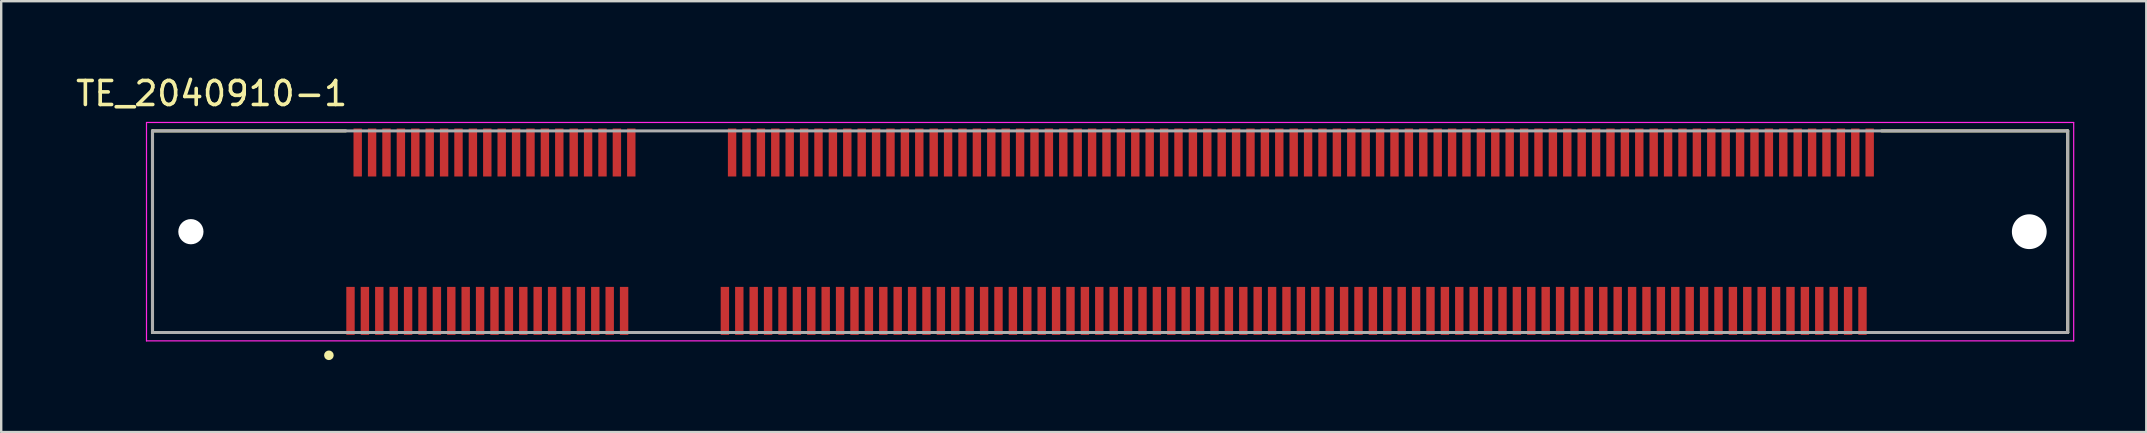
<source format=kicad_pcb>
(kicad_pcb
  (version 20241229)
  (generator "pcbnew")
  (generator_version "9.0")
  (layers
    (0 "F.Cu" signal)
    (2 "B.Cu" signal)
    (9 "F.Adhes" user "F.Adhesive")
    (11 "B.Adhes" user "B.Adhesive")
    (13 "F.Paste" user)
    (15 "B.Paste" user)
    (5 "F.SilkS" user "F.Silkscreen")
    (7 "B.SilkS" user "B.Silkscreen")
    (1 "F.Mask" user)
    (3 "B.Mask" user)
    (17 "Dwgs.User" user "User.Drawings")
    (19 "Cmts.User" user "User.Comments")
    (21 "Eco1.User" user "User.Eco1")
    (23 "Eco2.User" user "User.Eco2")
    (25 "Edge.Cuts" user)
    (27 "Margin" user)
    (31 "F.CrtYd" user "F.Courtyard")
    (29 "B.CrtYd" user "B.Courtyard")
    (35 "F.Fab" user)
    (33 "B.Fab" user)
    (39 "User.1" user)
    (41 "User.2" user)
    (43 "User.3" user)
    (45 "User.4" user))
  (footprint "TE_2040910-1"
    (layer "F.Cu")
    (at 43.204 6.604)
    (property "Reference" "TE_2040910-1" (at -37.436 -5.756 0) (layer "F.SilkS") (effects (font (size 1 1) (thickness 0.15))))
    (attr through_hole)
    (fp_line (start -39.9 -4.2) (end -39.9 4.2) (stroke (width 0.127) (type solid)) (layer "F.SilkS"))
    (fp_line (start -32.15 4.2) (end -39.9 4.2) (stroke (width 0.127) (type solid)) (layer "F.SilkS"))
    (fp_line (start -31.85 -4.2) (end -39.9 -4.2) (stroke (width 0.127) (type solid)) (layer "F.SilkS"))
    (fp_line (start 32.15 -4.2) (end 39.9 -4.2) (stroke (width 0.127) (type solid)) (layer "F.SilkS"))
    (fp_line (start 39.9 -4.2) (end 39.9 4.2) (stroke (width 0.127) (type solid)) (layer "F.SilkS"))
    (fp_line (start 39.9 4.2) (end 31.85 4.2) (stroke (width 0.127) (type solid)) (layer "F.SilkS"))
    (fp_circle (center -32.55 5.15) (end -32.45 5.15) (stroke (width 0.2) (type solid)) (fill no) (layer "F.SilkS"))
    (fp_line (start -40.15 -4.55) (end 40.15 -4.55) (stroke (width 0.05) (type solid)) (layer "F.CrtYd"))
    (fp_line (start -40.15 4.55) (end -40.15 -4.55) (stroke (width 0.05) (type solid)) (layer "F.CrtYd"))
    (fp_line (start 40.15 -4.55) (end 40.15 4.55) (stroke (width 0.05) (type solid)) (layer "F.CrtYd"))
    (fp_line (start 40.15 4.55) (end -40.15 4.55) (stroke (width 0.05) (type solid)) (layer "F.CrtYd"))
    (fp_line (start -39.9 -4.2) (end 39.9 -4.2) (stroke (width 0.127) (type solid)) (layer "F.Fab"))
    (fp_line (start -39.9 4.2) (end -39.9 -4.2) (stroke (width 0.127) (type solid)) (layer "F.Fab"))
    (fp_line (start 39.9 -4.2) (end 39.9 4.2) (stroke (width 0.127) (type solid)) (layer "F.Fab"))
    (fp_line (start 39.9 4.2) (end -39.9 4.2) (stroke (width 0.127) (type solid)) (layer "F.Fab"))
    (pad "" np_thru_hole circle (at -38.3 0) (size 1.05 1.05) (drill 1.05) (layers "*.Cu" "*.Mask"))
    (pad "" np_thru_hole circle (at 38.3 0) (size 1.45 1.45) (drill 1.45) (layers "*.Cu" "*.Mask"))
    (pad "1" smd rect (at -31.65 3.3 90) (size 2 0.35) (layers "F.Cu" "F.Mask" "F.Paste"))
    (pad "2" smd rect (at -31.35 -3.3 90) (size 2 0.35) (layers "F.Cu" "F.Mask" "F.Paste"))
    (pad "3" smd rect (at -31.05 3.3 90) (size 2 0.35) (layers "F.Cu" "F.Mask" "F.Paste"))
    (pad "4" smd rect (at -30.75 -3.3 90) (size 2 0.35) (layers "F.Cu" "F.Mask" "F.Paste"))
    (pad "5" smd rect (at -30.45 3.3 90) (size 2 0.35) (layers "F.Cu" "F.Mask" "F.Paste"))
    (pad "6" smd rect (at -30.15 -3.3 90) (size 2 0.35) (layers "F.Cu" "F.Mask" "F.Paste"))
    (pad "7" smd rect (at -29.85 3.3 90) (size 2 0.35) (layers "F.Cu" "F.Mask" "F.Paste"))
    (pad "8" smd rect (at -29.55 -3.3 90) (size 2 0.35) (layers "F.Cu" "F.Mask" "F.Paste"))
    (pad "9" smd rect (at -29.25 3.3 90) (size 2 0.35) (layers "F.Cu" "F.Mask" "F.Paste"))
    (pad "10" smd rect (at -28.95 -3.3 90) (size 2 0.35) (layers "F.Cu" "F.Mask" "F.Paste"))
    (pad "11" smd rect (at -28.65 3.3 90) (size 2 0.35) (layers "F.Cu" "F.Mask" "F.Paste"))
    (pad "12" smd rect (at -28.35 -3.3 90) (size 2 0.35) (layers "F.Cu" "F.Mask" "F.Paste"))
    (pad "13" smd rect (at -28.05 3.3 90) (size 2 0.35) (layers "F.Cu" "F.Mask" "F.Paste"))
    (pad "14" smd rect (at -27.75 -3.3 90) (size 2 0.35) (layers "F.Cu" "F.Mask" "F.Paste"))
    (pad "15" smd rect (at -27.45 3.3 90) (size 2 0.35) (layers "F.Cu" "F.Mask" "F.Paste"))
    (pad "16" smd rect (at -27.15 -3.3 90) (size 2 0.35) (layers "F.Cu" "F.Mask" "F.Paste"))
    (pad "17" smd rect (at -26.85 3.3 90) (size 2 0.35) (layers "F.Cu" "F.Mask" "F.Paste"))
    (pad "18" smd rect (at -26.55 -3.3 90) (size 2 0.35) (layers "F.Cu" "F.Mask" "F.Paste"))
    (pad "19" smd rect (at -26.25 3.3 90) (size 2 0.35) (layers "F.Cu" "F.Mask" "F.Paste"))
    (pad "20" smd rect (at -25.95 -3.3 90) (size 2 0.35) (layers "F.Cu" "F.Mask" "F.Paste"))
    (pad "21" smd rect (at -25.65 3.3 90) (size 2 0.35) (layers "F.Cu" "F.Mask" "F.Paste"))
    (pad "22" smd rect (at -25.35 -3.3 90) (size 2 0.35) (layers "F.Cu" "F.Mask" "F.Paste"))
    (pad "23" smd rect (at -25.05 3.3 90) (size 2 0.35) (layers "F.Cu" "F.Mask" "F.Paste"))
    (pad "24" smd rect (at -24.75 -3.3 90) (size 2 0.35) (layers "F.Cu" "F.Mask" "F.Paste"))
    (pad "25" smd rect (at -24.45 3.3 90) (size 2 0.35) (layers "F.Cu" "F.Mask" "F.Paste"))
    (pad "26" smd rect (at -24.15 -3.3 90) (size 2 0.35) (layers "F.Cu" "F.Mask" "F.Paste"))
    (pad "27" smd rect (at -23.85 3.3 90) (size 2 0.35) (layers "F.Cu" "F.Mask" "F.Paste"))
    (pad "28" smd rect (at -23.55 -3.3 90) (size 2 0.35) (layers "F.Cu" "F.Mask" "F.Paste"))
    (pad "29" smd rect (at -23.25 3.3 90) (size 2 0.35) (layers "F.Cu" "F.Mask" "F.Paste"))
    (pad "30" smd rect (at -22.95 -3.3 90) (size 2 0.35) (layers "F.Cu" "F.Mask" "F.Paste"))
    (pad "31" smd rect (at -22.65 3.3 90) (size 2 0.35) (layers "F.Cu" "F.Mask" "F.Paste"))
    (pad "32" smd rect (at -22.35 -3.3 90) (size 2 0.35) (layers "F.Cu" "F.Mask" "F.Paste"))
    (pad "33" smd rect (at -22.05 3.3 90) (size 2 0.35) (layers "F.Cu" "F.Mask" "F.Paste"))
    (pad "34" smd rect (at -21.75 -3.3 90) (size 2 0.35) (layers "F.Cu" "F.Mask" "F.Paste"))
    (pad "35" smd rect (at -21.45 3.3 90) (size 2 0.35) (layers "F.Cu" "F.Mask" "F.Paste"))
    (pad "36" smd rect (at -21.15 -3.3 90) (size 2 0.35) (layers "F.Cu" "F.Mask" "F.Paste"))
    (pad "37" smd rect (at -20.85 3.3 90) (size 2 0.35) (layers "F.Cu" "F.Mask" "F.Paste"))
    (pad "38" smd rect (at -20.55 -3.3 90) (size 2 0.35) (layers "F.Cu" "F.Mask" "F.Paste"))
    (pad "39" smd rect (at -20.25 3.3 90) (size 2 0.35) (layers "F.Cu" "F.Mask" "F.Paste"))
    (pad "40" smd rect (at -19.95 -3.3 90) (size 2 0.35) (layers "F.Cu" "F.Mask" "F.Paste"))
    (pad "41" smd rect (at -16.05 3.3 90) (size 2 0.35) (layers "F.Cu" "F.Mask" "F.Paste"))
    (pad "42" smd rect (at -15.75 -3.3 90) (size 2 0.35) (layers "F.Cu" "F.Mask" "F.Paste"))
    (pad "43" smd rect (at -15.45 3.3 90) (size 2 0.35) (layers "F.Cu" "F.Mask" "F.Paste"))
    (pad "44" smd rect (at -15.15 -3.3 90) (size 2 0.35) (layers "F.Cu" "F.Mask" "F.Paste"))
    (pad "45" smd rect (at -14.85 3.3 90) (size 2 0.35) (layers "F.Cu" "F.Mask" "F.Paste"))
    (pad "46" smd rect (at -14.55 -3.3 90) (size 2 0.35) (layers "F.Cu" "F.Mask" "F.Paste"))
    (pad "47" smd rect (at -14.25 3.3 90) (size 2 0.35) (layers "F.Cu" "F.Mask" "F.Paste"))
    (pad "48" smd rect (at -13.95 -3.3 90) (size 2 0.35) (layers "F.Cu" "F.Mask" "F.Paste"))
    (pad "49" smd rect (at -13.65 3.3 90) (size 2 0.35) (layers "F.Cu" "F.Mask" "F.Paste"))
    (pad "50" smd rect (at -13.35 -3.3 90) (size 2 0.35) (layers "F.Cu" "F.Mask" "F.Paste"))
    (pad "51" smd rect (at -13.05 3.3 90) (size 2 0.35) (layers "F.Cu" "F.Mask" "F.Paste"))
    (pad "52" smd rect (at -12.75 -3.3 90) (size 2 0.35) (layers "F.Cu" "F.Mask" "F.Paste"))
    (pad "53" smd rect (at -12.45 3.3 90) (size 2 0.35) (layers "F.Cu" "F.Mask" "F.Paste"))
    (pad "54" smd rect (at -12.15 -3.3 90) (size 2 0.35) (layers "F.Cu" "F.Mask" "F.Paste"))
    (pad "55" smd rect (at -11.85 3.3 90) (size 2 0.35) (layers "F.Cu" "F.Mask" "F.Paste"))
    (pad "56" smd rect (at -11.55 -3.3 90) (size 2 0.35) (layers "F.Cu" "F.Mask" "F.Paste"))
    (pad "57" smd rect (at -11.25 3.3 90) (size 2 0.35) (layers "F.Cu" "F.Mask" "F.Paste"))
    (pad "58" smd rect (at -10.95 -3.3 90) (size 2 0.35) (layers "F.Cu" "F.Mask" "F.Paste"))
    (pad "59" smd rect (at -10.65 3.3 90) (size 2 0.35) (layers "F.Cu" "F.Mask" "F.Paste"))
    (pad "60" smd rect (at -10.35 -3.3 90) (size 2 0.35) (layers "F.Cu" "F.Mask" "F.Paste"))
    (pad "61" smd rect (at -10.05 3.3 90) (size 2 0.35) (layers "F.Cu" "F.Mask" "F.Paste"))
    (pad "62" smd rect (at -9.75 -3.3 90) (size 2 0.35) (layers "F.Cu" "F.Mask" "F.Paste"))
    (pad "63" smd rect (at -9.45 3.3 90) (size 2 0.35) (layers "F.Cu" "F.Mask" "F.Paste"))
    (pad "64" smd rect (at -9.15 -3.3 90) (size 2 0.35) (layers "F.Cu" "F.Mask" "F.Paste"))
    (pad "65" smd rect (at -8.85 3.3 90) (size 2 0.35) (layers "F.Cu" "F.Mask" "F.Paste"))
    (pad "66" smd rect (at -8.55 -3.3 90) (size 2 0.35) (layers "F.Cu" "F.Mask" "F.Paste"))
    (pad "67" smd rect (at -8.25 3.3 90) (size 2 0.35) (layers "F.Cu" "F.Mask" "F.Paste"))
    (pad "68" smd rect (at -7.95 -3.3 90) (size 2 0.35) (layers "F.Cu" "F.Mask" "F.Paste"))
    (pad "69" smd rect (at -7.65 3.3 90) (size 2 0.35) (layers "F.Cu" "F.Mask" "F.Paste"))
    (pad "70" smd rect (at -7.35 -3.3 90) (size 2 0.35) (layers "F.Cu" "F.Mask" "F.Paste"))
    (pad "71" smd rect (at -7.05 3.3 90) (size 2 0.35) (layers "F.Cu" "F.Mask" "F.Paste"))
    (pad "72" smd rect (at -6.75 -3.3 90) (size 2 0.35) (layers "F.Cu" "F.Mask" "F.Paste"))
    (pad "73" smd rect (at -6.45 3.3 90) (size 2 0.35) (layers "F.Cu" "F.Mask" "F.Paste"))
    (pad "74" smd rect (at -6.15 -3.3 90) (size 2 0.35) (layers "F.Cu" "F.Mask" "F.Paste"))
    (pad "75" smd rect (at -5.85 3.3 90) (size 2 0.35) (layers "F.Cu" "F.Mask" "F.Paste"))
    (pad "76" smd rect (at -5.55 -3.3 90) (size 2 0.35) (layers "F.Cu" "F.Mask" "F.Paste"))
    (pad "77" smd rect (at -5.25 3.3 90) (size 2 0.35) (layers "F.Cu" "F.Mask" "F.Paste"))
    (pad "78" smd rect (at -4.95 -3.3 90) (size 2 0.35) (layers "F.Cu" "F.Mask" "F.Paste"))
    (pad "79" smd rect (at -4.65 3.3 90) (size 2 0.35) (layers "F.Cu" "F.Mask" "F.Paste"))
    (pad "80" smd rect (at -4.35 -3.3 90) (size 2 0.35) (layers "F.Cu" "F.Mask" "F.Paste"))
    (pad "81" smd rect (at -4.05 3.3 90) (size 2 0.35) (layers "F.Cu" "F.Mask" "F.Paste"))
    (pad "82" smd rect (at -3.75 -3.3 90) (size 2 0.35) (layers "F.Cu" "F.Mask" "F.Paste"))
    (pad "83" smd rect (at -3.45 3.3 90) (size 2 0.35) (layers "F.Cu" "F.Mask" "F.Paste"))
    (pad "84" smd rect (at -3.15 -3.3 90) (size 2 0.35) (layers "F.Cu" "F.Mask" "F.Paste"))
    (pad "85" smd rect (at -2.85 3.3 90) (size 2 0.35) (layers "F.Cu" "F.Mask" "F.Paste"))
    (pad "86" smd rect (at -2.55 -3.3 90) (size 2 0.35) (layers "F.Cu" "F.Mask" "F.Paste"))
    (pad "87" smd rect (at -2.25 3.3 90) (size 2 0.35) (layers "F.Cu" "F.Mask" "F.Paste"))
    (pad "88" smd rect (at -1.95 -3.3 90) (size 2 0.35) (layers "F.Cu" "F.Mask" "F.Paste"))
    (pad "89" smd rect (at -1.65 3.3 90) (size 2 0.35) (layers "F.Cu" "F.Mask" "F.Paste"))
    (pad "90" smd rect (at -1.35 -3.3 90) (size 2 0.35) (layers "F.Cu" "F.Mask" "F.Paste"))
    (pad "91" smd rect (at -1.05 3.3 90) (size 2 0.35) (layers "F.Cu" "F.Mask" "F.Paste"))
    (pad "92" smd rect (at -0.75 -3.3 90) (size 2 0.35) (layers "F.Cu" "F.Mask" "F.Paste"))
    (pad "93" smd rect (at -0.45 3.3 90) (size 2 0.35) (layers "F.Cu" "F.Mask" "F.Paste"))
    (pad "94" smd rect (at -0.15 -3.3 90) (size 2 0.35) (layers "F.Cu" "F.Mask" "F.Paste"))
    (pad "95" smd rect (at 0.15 3.3 90) (size 2 0.35) (layers "F.Cu" "F.Mask" "F.Paste"))
    (pad "96" smd rect (at 0.45 -3.3 90) (size 2 0.35) (layers "F.Cu" "F.Mask" "F.Paste"))
    (pad "97" smd rect (at 0.75 3.3 90) (size 2 0.35) (layers "F.Cu" "F.Mask" "F.Paste"))
    (pad "98" smd rect (at 1.05 -3.3 90) (size 2 0.35) (layers "F.Cu" "F.Mask" "F.Paste"))
    (pad "99" smd rect (at 1.35 3.3 90) (size 2 0.35) (layers "F.Cu" "F.Mask" "F.Paste"))
    (pad "100" smd rect (at 1.65 -3.3 90) (size 2 0.35) (layers "F.Cu" "F.Mask" "F.Paste"))
    (pad "101" smd rect (at 1.95 3.3 90) (size 2 0.35) (layers "F.Cu" "F.Mask" "F.Paste"))
    (pad "102" smd rect (at 2.25 -3.3 90) (size 2 0.35) (layers "F.Cu" "F.Mask" "F.Paste"))
    (pad "103" smd rect (at 2.55 3.3 90) (size 2 0.35) (layers "F.Cu" "F.Mask" "F.Paste"))
    (pad "104" smd rect (at 2.85 -3.3 90) (size 2 0.35) (layers "F.Cu" "F.Mask" "F.Paste"))
    (pad "105" smd rect (at 3.15 3.3 90) (size 2 0.35) (layers "F.Cu" "F.Mask" "F.Paste"))
    (pad "106" smd rect (at 3.45 -3.3 90) (size 2 0.35) (layers "F.Cu" "F.Mask" "F.Paste"))
    (pad "107" smd rect (at 3.75 3.3 90) (size 2 0.35) (layers "F.Cu" "F.Mask" "F.Paste"))
    (pad "108" smd rect (at 4.05 -3.3 90) (size 2 0.35) (layers "F.Cu" "F.Mask" "F.Paste"))
    (pad "109" smd rect (at 4.35 3.3 90) (size 2 0.35) (layers "F.Cu" "F.Mask" "F.Paste"))
    (pad "110" smd rect (at 4.65 -3.3 90) (size 2 0.35) (layers "F.Cu" "F.Mask" "F.Paste"))
    (pad "111" smd rect (at 4.95 3.3 90) (size 2 0.35) (layers "F.Cu" "F.Mask" "F.Paste"))
    (pad "112" smd rect (at 5.25 -3.3 90) (size 2 0.35) (layers "F.Cu" "F.Mask" "F.Paste"))
    (pad "113" smd rect (at 5.55 3.3 90) (size 2 0.35) (layers "F.Cu" "F.Mask" "F.Paste"))
    (pad "114" smd rect (at 5.85 -3.3 90) (size 2 0.35) (layers "F.Cu" "F.Mask" "F.Paste"))
    (pad "115" smd rect (at 6.15 3.3 90) (size 2 0.35) (layers "F.Cu" "F.Mask" "F.Paste"))
    (pad "116" smd rect (at 6.45 -3.3 90) (size 2 0.35) (layers "F.Cu" "F.Mask" "F.Paste"))
    (pad "117" smd rect (at 6.75 3.3 90) (size 2 0.35) (layers "F.Cu" "F.Mask" "F.Paste"))
    (pad "118" smd rect (at 7.05 -3.3 90) (size 2 0.35) (layers "F.Cu" "F.Mask" "F.Paste"))
    (pad "119" smd rect (at 7.35 3.3 90) (size 2 0.35) (layers "F.Cu" "F.Mask" "F.Paste"))
    (pad "120" smd rect (at 7.65 -3.3 90) (size 2 0.35) (layers "F.Cu" "F.Mask" "F.Paste"))
    (pad "121" smd rect (at 7.95 3.3 90) (size 2 0.35) (layers "F.Cu" "F.Mask" "F.Paste"))
    (pad "122" smd rect (at 8.25 -3.3 90) (size 2 0.35) (layers "F.Cu" "F.Mask" "F.Paste"))
    (pad "123" smd rect (at 8.55 3.3 90) (size 2 0.35) (layers "F.Cu" "F.Mask" "F.Paste"))
    (pad "124" smd rect (at 8.85 -3.3 90) (size 2 0.35) (layers "F.Cu" "F.Mask" "F.Paste"))
    (pad "125" smd rect (at 9.15 3.3 90) (size 2 0.35) (layers "F.Cu" "F.Mask" "F.Paste"))
    (pad "126" smd rect (at 9.45 -3.3 90) (size 2 0.35) (layers "F.Cu" "F.Mask" "F.Paste"))
    (pad "127" smd rect (at 9.75 3.3 90) (size 2 0.35) (layers "F.Cu" "F.Mask" "F.Paste"))
    (pad "128" smd rect (at 10.05 -3.3 90) (size 2 0.35) (layers "F.Cu" "F.Mask" "F.Paste"))
    (pad "129" smd rect (at 10.35 3.3 90) (size 2 0.35) (layers "F.Cu" "F.Mask" "F.Paste"))
    (pad "130" smd rect (at 10.65 -3.3 90) (size 2 0.35) (layers "F.Cu" "F.Mask" "F.Paste"))
    (pad "131" smd rect (at 10.95 3.3 90) (size 2 0.35) (layers "F.Cu" "F.Mask" "F.Paste"))
    (pad "132" smd rect (at 11.25 -3.3 90) (size 2 0.35) (layers "F.Cu" "F.Mask" "F.Paste"))
    (pad "133" smd rect (at 11.55 3.3 90) (size 2 0.35) (layers "F.Cu" "F.Mask" "F.Paste"))
    (pad "134" smd rect (at 11.85 -3.3 90) (size 2 0.35) (layers "F.Cu" "F.Mask" "F.Paste"))
    (pad "135" smd rect (at 12.15 3.3 90) (size 2 0.35) (layers "F.Cu" "F.Mask" "F.Paste"))
    (pad "136" smd rect (at 12.45 -3.3 90) (size 2 0.35) (layers "F.Cu" "F.Mask" "F.Paste"))
    (pad "137" smd rect (at 12.75 3.3 90) (size 2 0.35) (layers "F.Cu" "F.Mask" "F.Paste"))
    (pad "138" smd rect (at 13.05 -3.3 90) (size 2 0.35) (layers "F.Cu" "F.Mask" "F.Paste"))
    (pad "139" smd rect (at 13.35 3.3 90) (size 2 0.35) (layers "F.Cu" "F.Mask" "F.Paste"))
    (pad "140" smd rect (at 13.65 -3.3 90) (size 2 0.35) (layers "F.Cu" "F.Mask" "F.Paste"))
    (pad "141" smd rect (at 13.95 3.3 90) (size 2 0.35) (layers "F.Cu" "F.Mask" "F.Paste"))
    (pad "142" smd rect (at 14.25 -3.3 90) (size 2 0.35) (layers "F.Cu" "F.Mask" "F.Paste"))
    (pad "143" smd rect (at 14.55 3.3 90) (size 2 0.35) (layers "F.Cu" "F.Mask" "F.Paste"))
    (pad "144" smd rect (at 14.85 -3.3 90) (size 2 0.35) (layers "F.Cu" "F.Mask" "F.Paste"))
    (pad "145" smd rect (at 15.15 3.3 90) (size 2 0.35) (layers "F.Cu" "F.Mask" "F.Paste"))
    (pad "146" smd rect (at 15.45 -3.3 90) (size 2 0.35) (layers "F.Cu" "F.Mask" "F.Paste"))
    (pad "147" smd rect (at 15.75 3.3 90) (size 2 0.35) (layers "F.Cu" "F.Mask" "F.Paste"))
    (pad "148" smd rect (at 16.05 -3.3 90) (size 2 0.35) (layers "F.Cu" "F.Mask" "F.Paste"))
    (pad "149" smd rect (at 16.35 3.3 90) (size 2 0.35) (layers "F.Cu" "F.Mask" "F.Paste"))
    (pad "150" smd rect (at 16.65 -3.3 90) (size 2 0.35) (layers "F.Cu" "F.Mask" "F.Paste"))
    (pad "151" smd rect (at 16.95 3.3 90) (size 2 0.35) (layers "F.Cu" "F.Mask" "F.Paste"))
    (pad "152" smd rect (at 17.25 -3.3 90) (size 2 0.35) (layers "F.Cu" "F.Mask" "F.Paste"))
    (pad "153" smd rect (at 17.55 3.3 90) (size 2 0.35) (layers "F.Cu" "F.Mask" "F.Paste"))
    (pad "154" smd rect (at 17.85 -3.3 90) (size 2 0.35) (layers "F.Cu" "F.Mask" "F.Paste"))
    (pad "155" smd rect (at 18.15 3.3 90) (size 2 0.35) (layers "F.Cu" "F.Mask" "F.Paste"))
    (pad "156" smd rect (at 18.45 -3.3 90) (size 2 0.35) (layers "F.Cu" "F.Mask" "F.Paste"))
    (pad "157" smd rect (at 18.75 3.3 90) (size 2 0.35) (layers "F.Cu" "F.Mask" "F.Paste"))
    (pad "158" smd rect (at 19.05 -3.3 90) (size 2 0.35) (layers "F.Cu" "F.Mask" "F.Paste"))
    (pad "159" smd rect (at 19.35 3.3 90) (size 2 0.35) (layers "F.Cu" "F.Mask" "F.Paste"))
    (pad "160" smd rect (at 19.65 -3.3 90) (size 2 0.35) (layers "F.Cu" "F.Mask" "F.Paste"))
    (pad "161" smd rect (at 19.95 3.3 90) (size 2 0.35) (layers "F.Cu" "F.Mask" "F.Paste"))
    (pad "162" smd rect (at 20.25 -3.3 90) (size 2 0.35) (layers "F.Cu" "F.Mask" "F.Paste"))
    (pad "163" smd rect (at 20.55 3.3 90) (size 2 0.35) (layers "F.Cu" "F.Mask" "F.Paste"))
    (pad "164" smd rect (at 20.85 -3.3 90) (size 2 0.35) (layers "F.Cu" "F.Mask" "F.Paste"))
    (pad "165" smd rect (at 21.15 3.3 90) (size 2 0.35) (layers "F.Cu" "F.Mask" "F.Paste"))
    (pad "166" smd rect (at 21.45 -3.3 90) (size 2 0.35) (layers "F.Cu" "F.Mask" "F.Paste"))
    (pad "167" smd rect (at 21.75 3.3 90) (size 2 0.35) (layers "F.Cu" "F.Mask" "F.Paste"))
    (pad "168" smd rect (at 22.05 -3.3 90) (size 2 0.35) (layers "F.Cu" "F.Mask" "F.Paste"))
    (pad "169" smd rect (at 22.35 3.3 90) (size 2 0.35) (layers "F.Cu" "F.Mask" "F.Paste"))
    (pad "170" smd rect (at 22.65 -3.3 90) (size 2 0.35) (layers "F.Cu" "F.Mask" "F.Paste"))
    (pad "171" smd rect (at 22.95 3.3 90) (size 2 0.35) (layers "F.Cu" "F.Mask" "F.Paste"))
    (pad "172" smd rect (at 23.25 -3.3 90) (size 2 0.35) (layers "F.Cu" "F.Mask" "F.Paste"))
    (pad "173" smd rect (at 23.55 3.3 90) (size 2 0.35) (layers "F.Cu" "F.Mask" "F.Paste"))
    (pad "174" smd rect (at 23.85 -3.3 90) (size 2 0.35) (layers "F.Cu" "F.Mask" "F.Paste"))
    (pad "175" smd rect (at 24.15 3.3 90) (size 2 0.35) (layers "F.Cu" "F.Mask" "F.Paste"))
    (pad "176" smd rect (at 24.45 -3.3 90) (size 2 0.35) (layers "F.Cu" "F.Mask" "F.Paste"))
    (pad "177" smd rect (at 24.75 3.3 90) (size 2 0.35) (layers "F.Cu" "F.Mask" "F.Paste"))
    (pad "178" smd rect (at 25.05 -3.3 90) (size 2 0.35) (layers "F.Cu" "F.Mask" "F.Paste"))
    (pad "179" smd rect (at 25.35 3.3 90) (size 2 0.35) (layers "F.Cu" "F.Mask" "F.Paste"))
    (pad "180" smd rect (at 25.65 -3.3 90) (size 2 0.35) (layers "F.Cu" "F.Mask" "F.Paste"))
    (pad "181" smd rect (at 25.95 3.3 90) (size 2 0.35) (layers "F.Cu" "F.Mask" "F.Paste"))
    (pad "182" smd rect (at 26.25 -3.3 90) (size 2 0.35) (layers "F.Cu" "F.Mask" "F.Paste"))
    (pad "183" smd rect (at 26.55 3.3 90) (size 2 0.35) (layers "F.Cu" "F.Mask" "F.Paste"))
    (pad "184" smd rect (at 26.85 -3.3 90) (size 2 0.35) (layers "F.Cu" "F.Mask" "F.Paste"))
    (pad "185" smd rect (at 27.15 3.3 90) (size 2 0.35) (layers "F.Cu" "F.Mask" "F.Paste"))
    (pad "186" smd rect (at 27.45 -3.3 90) (size 2 0.35) (layers "F.Cu" "F.Mask" "F.Paste"))
    (pad "187" smd rect (at 27.75 3.3 90) (size 2 0.35) (layers "F.Cu" "F.Mask" "F.Paste"))
    (pad "188" smd rect (at 28.05 -3.3 90) (size 2 0.35) (layers "F.Cu" "F.Mask" "F.Paste"))
    (pad "189" smd rect (at 28.35 3.3 90) (size 2 0.35) (layers "F.Cu" "F.Mask" "F.Paste"))
    (pad "190" smd rect (at 28.65 -3.3 90) (size 2 0.35) (layers "F.Cu" "F.Mask" "F.Paste"))
    (pad "191" smd rect (at 28.95 3.3 90) (size 2 0.35) (layers "F.Cu" "F.Mask" "F.Paste"))
    (pad "192" smd rect (at 29.25 -3.3 90) (size 2 0.35) (layers "F.Cu" "F.Mask" "F.Paste"))
    (pad "193" smd rect (at 29.55 3.3 90) (size 2 0.35) (layers "F.Cu" "F.Mask" "F.Paste"))
    (pad "194" smd rect (at 29.85 -3.3 90) (size 2 0.35) (layers "F.Cu" "F.Mask" "F.Paste"))
    (pad "195" smd rect (at 30.15 3.3 90) (size 2 0.35) (layers "F.Cu" "F.Mask" "F.Paste"))
    (pad "196" smd rect (at 30.45 -3.3 90) (size 2 0.35) (layers "F.Cu" "F.Mask" "F.Paste"))
    (pad "197" smd rect (at 30.75 3.3 90) (size 2 0.35) (layers "F.Cu" "F.Mask" "F.Paste"))
    (pad "198" smd rect (at 31.05 -3.3 90) (size 2 0.35) (layers "F.Cu" "F.Mask" "F.Paste"))
    (pad "199" smd rect (at 31.35 3.3 90) (size 2 0.35) (layers "F.Cu" "F.Mask" "F.Paste"))
    (pad "200" smd rect (at 31.65 -3.3 90) (size 2 0.35) (layers "F.Cu" "F.Mask" "F.Paste")))
  (gr_rect
    (start -3 -3)
    (end 86.379 14.954)
    (stroke (width 0.1) (type default))
    (fill no)
    (layer "Edge.Cuts")))
</source>
